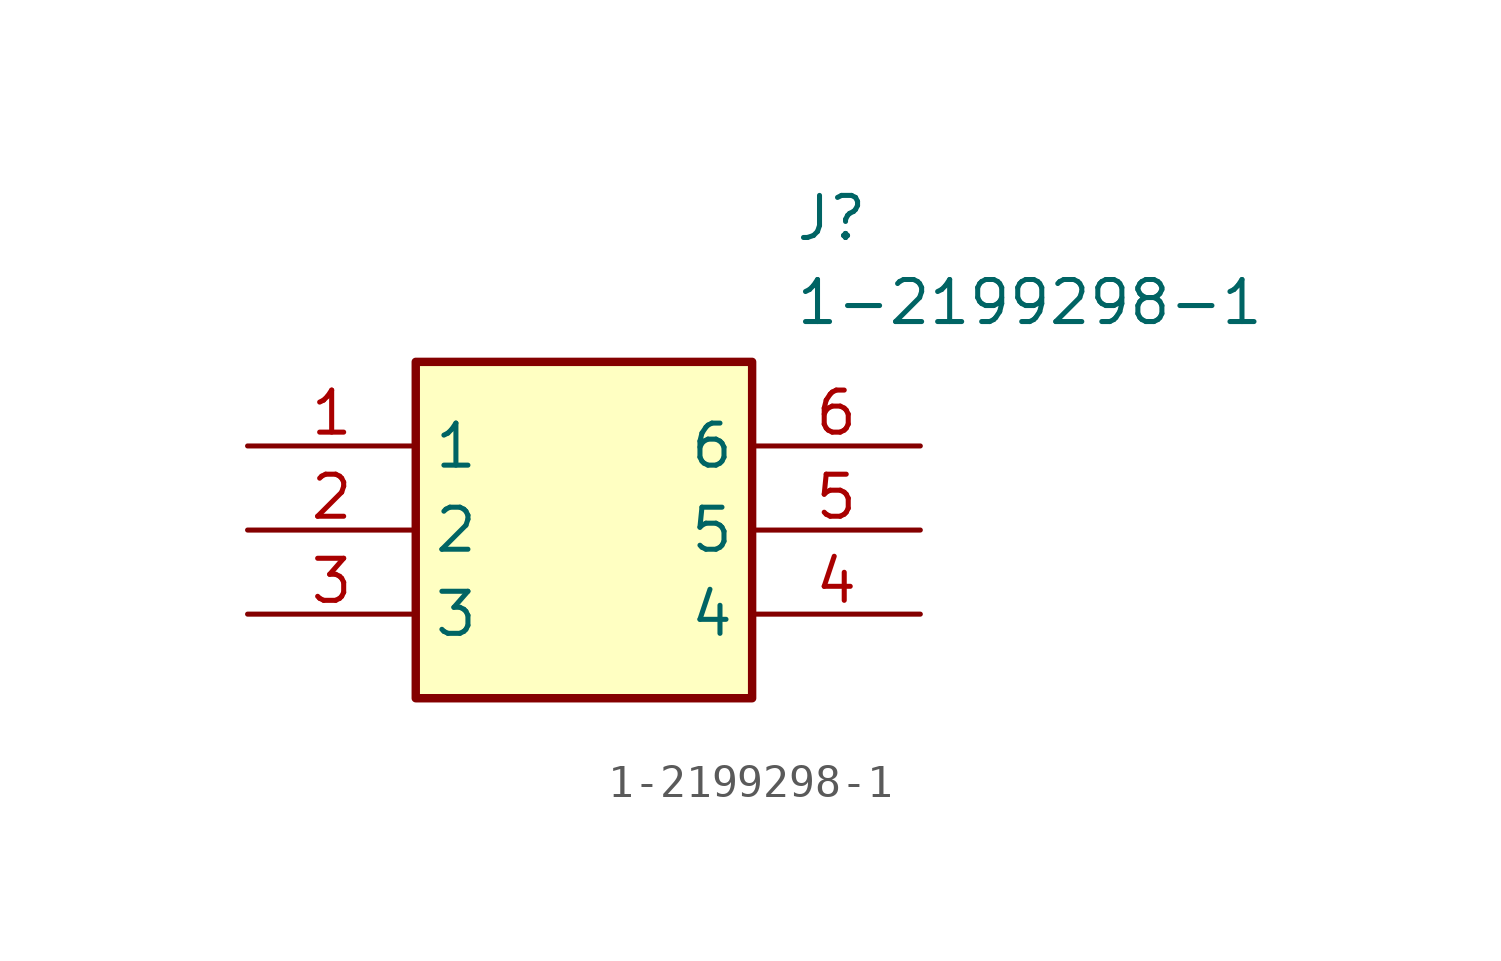
<source format=kicad_sym>
(kicad_symbol_lib
  (version 20211014)
  (generator SamacSys_ECAD_Model)
  (symbol "1-2199298-1"
    (property "Reference" "J"
      (at 16.51 7.62 0)
      (effects (font (size 1.27 1.27)) (justify left top)))
    (property "Value" "1-2199298-1"
      (at 16.51 5.08 0)
      (effects (font (size 1.27 1.27)) (justify left top)))
    (rectangle
      (start 5.08 2.54)
      (end 15.24 -7.62)
      (stroke (width 0.254) (type default))
      (fill (type background)))
    (pin passive line
      (at 0 0 0)
      (length 5.08)
      (name "1" (effects (font (size 1.27 1.27))))
      (number "1" (effects (font (size 1.27 1.27)))))
    (pin passive line
      (at 0 -2.54 0)
      (length 5.08)
      (name "2" (effects (font (size 1.27 1.27))))
      (number "2" (effects (font (size 1.27 1.27)))))
    (pin passive line
      (at 0 -5.08 0)
      (length 5.08)
      (name "3" (effects (font (size 1.27 1.27))))
      (number "3" (effects (font (size 1.27 1.27)))))
    (pin passive line
      (at 20.32 0 180)
      (length 5.08)
      (name "6" (effects (font (size 1.27 1.27))))
      (number "6" (effects (font (size 1.27 1.27)))))
    (pin passive line
      (at 20.32 -2.54 180)
      (length 5.08)
      (name "5" (effects (font (size 1.27 1.27))))
      (number "5" (effects (font (size 1.27 1.27)))))
    (pin passive line
      (at 20.32 -5.08 180)
      (length 5.08)
      (name "4" (effects (font (size 1.27 1.27))))
      (number "4" (effects (font (size 1.27 1.27)))))))
</source>
